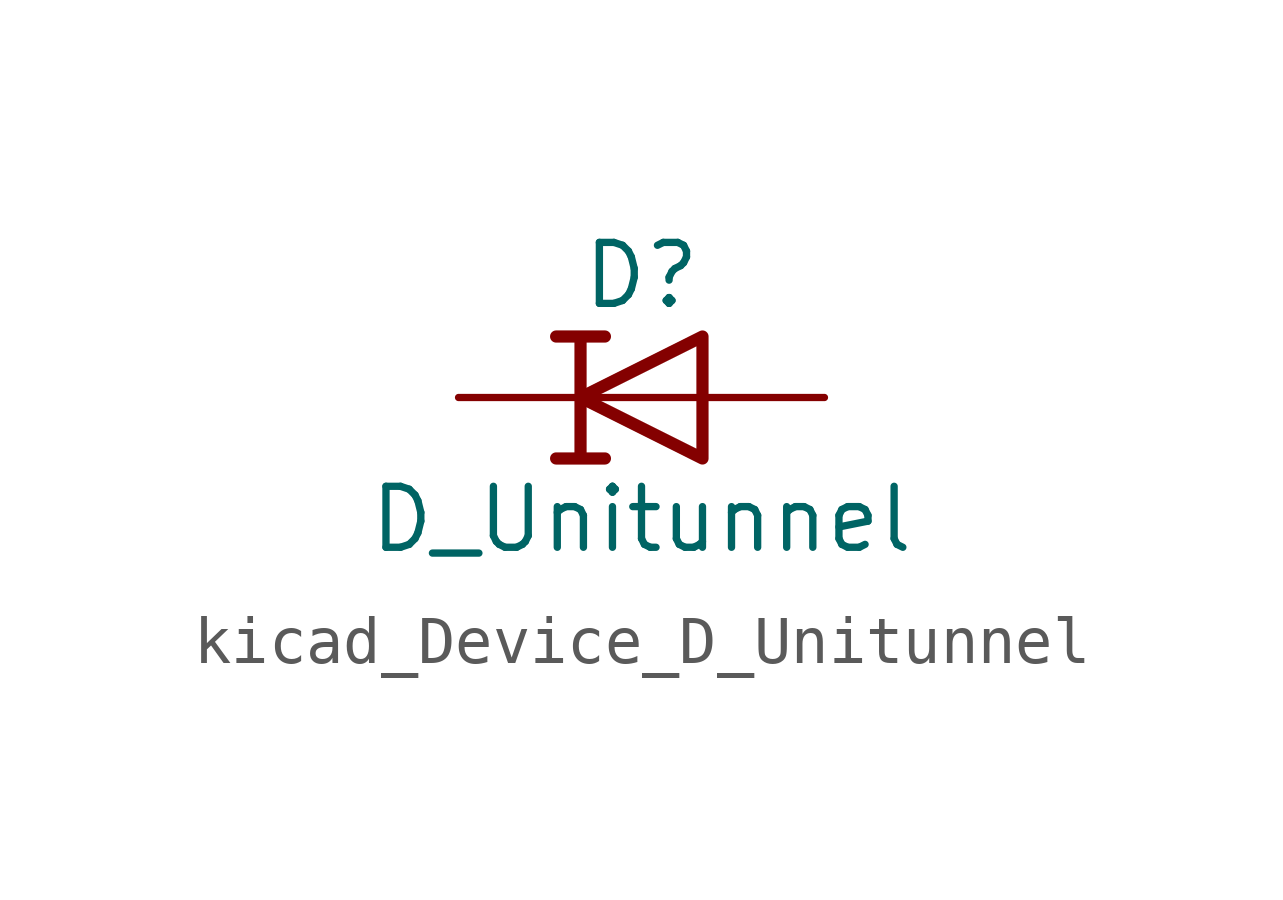
<source format=kicad_sym>
(kicad_symbol_lib
  (version 20220914)
  (generator kicad_symbol_editor)
  (symbol "kicad_Device_D_Unitunnel"
    (pin_numbers hide)
    (pin_names
      (offset 1.016) hide)
    (property "Reference" "D"
      (at 0 2.54 0)
      (effects (font (size 1.27 1.27))))
    (property "Value" "D_Unitunnel"
      (at 0 -2.54 0)
      (effects (font (size 1.27 1.27))))
    (symbol "kicad_Device_D_Unitunnel_0_1"
      (polyline (pts (xy 1.27 0) (xy -1.27 0)) (stroke (width 0) (type default)) (fill (type none)))
      (polyline (pts (xy 1.27 -1.27) (xy 1.27 1.27) (xy -1.27 0) (xy 1.27 -1.27)) (stroke (width 0.254) (type default)) (fill (type none)))
      (polyline (pts (xy -1.778 -1.27) (xy -0.762 -1.27) (xy -1.27 -1.27) (xy -1.27 1.27) (xy -0.762 1.27) (xy -1.778 1.27)) (stroke (width 0.254) (type default)) (fill (type none))))
    (symbol "kicad_Device_D_Unitunnel_1_1"
      (pin passive line (at -3.81 0 0) (length 2.54) (name "K" (effects (font (size 1.27 1.27)))) (number "1" (effects (font (size 1.27 1.27)))))
      (pin passive line (at 3.81 0 180) (length 2.54) (name "A" (effects (font (size 1.27 1.27)))) (number "2" (effects (font (size 1.27 1.27))))))))
</source>
